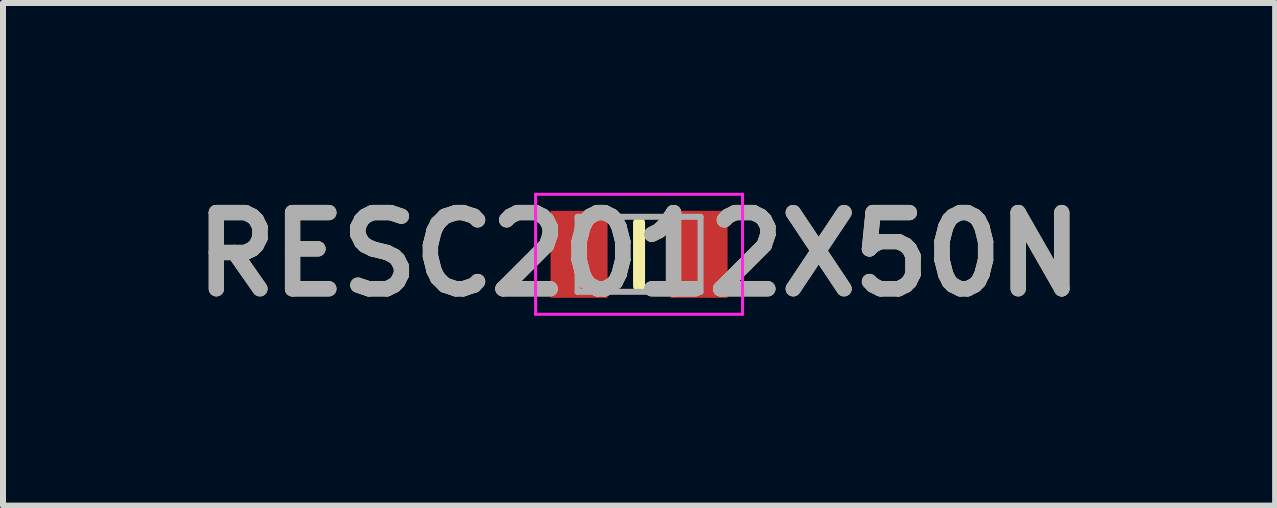
<source format=kicad_pcb>
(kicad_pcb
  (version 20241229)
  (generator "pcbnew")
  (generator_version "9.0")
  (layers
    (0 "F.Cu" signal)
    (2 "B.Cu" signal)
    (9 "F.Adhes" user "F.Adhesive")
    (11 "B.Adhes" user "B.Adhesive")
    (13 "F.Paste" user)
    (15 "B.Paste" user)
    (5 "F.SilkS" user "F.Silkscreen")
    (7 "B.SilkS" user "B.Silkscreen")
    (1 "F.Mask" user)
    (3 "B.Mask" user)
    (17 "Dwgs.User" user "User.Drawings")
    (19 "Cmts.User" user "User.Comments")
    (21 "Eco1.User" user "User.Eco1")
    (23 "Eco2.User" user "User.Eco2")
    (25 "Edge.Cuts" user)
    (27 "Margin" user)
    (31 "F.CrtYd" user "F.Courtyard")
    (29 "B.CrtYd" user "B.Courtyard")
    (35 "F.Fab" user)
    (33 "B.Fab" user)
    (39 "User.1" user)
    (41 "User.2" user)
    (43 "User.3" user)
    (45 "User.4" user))
  (footprint "RESC2012X50N"
    (layer "F.Cu")
    (at 7.602 1.189)
    (property "Reference" "RESC2012X50N" (at 0 0 0) (layer "F.SilkS") (effects (font (size 1.27 1.27) (thickness 0.254))))
    (attr smd)
    (fp_line (start 0 -0.525) (end 0 0.525) (stroke (width 0.2) (type solid)) (layer "F.SilkS"))
    (fp_line (start -1.725 -1) (end 1.725 -1) (stroke (width 0.05) (type solid)) (layer "F.CrtYd"))
    (fp_line (start -1.725 1) (end -1.725 -1) (stroke (width 0.05) (type solid)) (layer "F.CrtYd"))
    (fp_line (start 1.725 -1) (end 1.725 1) (stroke (width 0.05) (type solid)) (layer "F.CrtYd"))
    (fp_line (start 1.725 1) (end -1.725 1) (stroke (width 0.05) (type solid)) (layer "F.CrtYd"))
    (fp_line (start -1.025 -0.625) (end 1.025 -0.625) (stroke (width 0.1) (type solid)) (layer "F.Fab"))
    (fp_line (start -1.025 0.625) (end -1.025 -0.625) (stroke (width 0.1) (type solid)) (layer "F.Fab"))
    (fp_line (start 1.025 -0.625) (end 1.025 0.625) (stroke (width 0.1) (type solid)) (layer "F.Fab"))
    (fp_line (start 1.025 0.625) (end -1.025 0.625) (stroke (width 0.1) (type solid)) (layer "F.Fab"))
    (fp_text user "${REFERENCE}" (at 0 0 0) (layer "F.Fab") (effects (font (size 1.27 1.27) (thickness 0.254))))
    (pad "1" smd rect (at -1 0) (size 0.95 1.45) (layers "F.Cu" "F.Mask" "F.Paste"))
    (pad "2" smd rect (at 1 0) (size 0.95 1.45) (layers "F.Cu" "F.Mask" "F.Paste")))
  (gr_rect
    (start -3 -3)
    (end 18.204 5.377)
    (stroke (width 0.1) (type default))
    (fill no)
    (layer "Edge.Cuts")))
</source>
